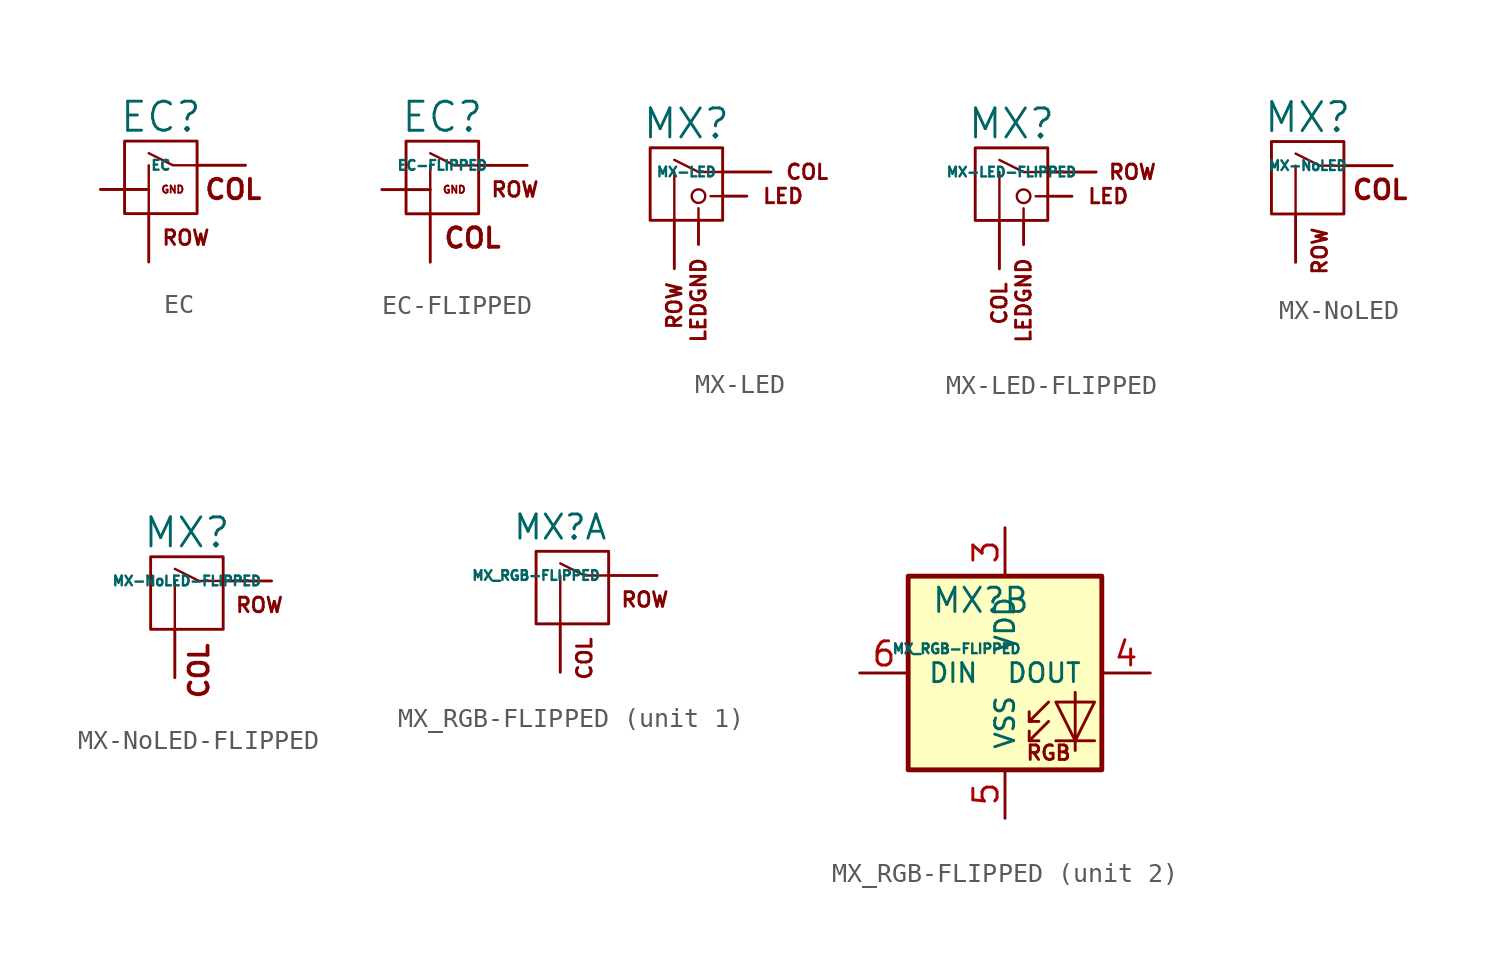
<source format=kicad_sym>
(kicad_symbol_lib
  (version 20211014)
  (generator kicad_symbol_editor)
  (symbol "EC"
    (pin_names
      (offset 1.016))
    (property "Reference" "EC"
      (at -0.635 3.81 0)
      (effects (font (size 1.524 1.524))))
    (property "Value" "EC"
      (at -0.635 1.27 0)
      (effects (font (size 0.508 0.508))))
    (symbol "EC_0_0"
      (rectangle (start -2.54 2.54) (end 1.27 -1.27) (stroke (width 0) (type default) (color 0 0 0 0)) (fill (type none)))
      (polyline (pts (xy -1.27 -1.27) (xy -1.27 1.27)) (stroke (width 0.127) (type default) (color 0 0 0 0)) (fill (type none)))
      (polyline (pts (xy 1.27 1.27) (xy 0 1.27) (xy -1.27 1.905)) (stroke (width 0.127) (type default) (color 0 0 0 0)) (fill (type none)))
      (text "COL" (at 3.175 0 0) (effects (font (size 1.016 1.016) bold)))
      (text "ROW" (at -0.635 -2.54 0) (effects (font (size 0.762 0.762)) (justify left))))
    (symbol "EC_1_1"
      (text "GND" (at 0.635 0 0) (effects (font (size 0.381 0.381)) (justify right)))
      (pin passive line (at 3.81 1.27 180) (length 2.54) (name "COL" (effects (font (size 0 0)))) (number "1" (effects (font (size 0 0)))))
      (pin passive line (at -1.27 -3.81 90) (length 2.54) (name "ROW" (effects (font (size 0 0)))) (number "2" (effects (font (size 0 0)))))
      (pin power_in line (at -3.81 0 0) (length 2.54) (name "GND" (effects (font (size 0 0)))) (number "3" (effects (font (size 0 0)))))))
  (symbol "EC-FLIPPED"
    (pin_names
      (offset 1.016))
    (property "Reference" "EC"
      (at -0.635 3.81 0)
      (effects (font (size 1.524 1.524))))
    (property "Value" "EC-FLIPPED"
      (at -0.635 1.27 0)
      (effects (font (size 0.508 0.508))))
    (symbol "EC-FLIPPED_0_0"
      (rectangle (start -2.54 2.54) (end 1.27 -1.27) (stroke (width 0) (type default) (color 0 0 0 0)) (fill (type none)))
      (polyline (pts (xy -1.27 -1.27) (xy -1.27 1.27)) (stroke (width 0.127) (type default) (color 0 0 0 0)) (fill (type none)))
      (polyline (pts (xy 1.27 1.27) (xy 0 1.27) (xy -1.27 1.905)) (stroke (width 0.127) (type default) (color 0 0 0 0)) (fill (type none)))
      (text "COL" (at -0.635 -2.54 0) (effects (font (size 1.016 1.016) bold) (justify left)))
      (text "ROW" (at 3.175 0 0) (effects (font (size 0.762 0.762)))))
    (symbol "EC-FLIPPED_1_1"
      (text "GND" (at 0.635 0 0) (effects (font (size 0.381 0.381)) (justify right)))
      (pin passive line (at -1.27 -3.81 90) (length 2.54) (name "COL" (effects (font (size 0 0)))) (number "1" (effects (font (size 0 0)))))
      (pin passive line (at 3.81 1.27 180) (length 2.54) (name "ROW" (effects (font (size 0 0)))) (number "2" (effects (font (size 0 0)))))
      (pin power_in line (at -3.81 0 0) (length 2.54) (name "GND" (effects (font (size 0 0)))) (number "3" (effects (font (size 0 0)))))))
  (symbol "MX-LED"
    (pin_names
      (offset 1.016))
    (property "Reference" "MX"
      (at -0.635 3.81 0)
      (effects (font (size 1.524 1.524))))
    (property "Value" "MX-LED"
      (at -0.635 1.27 0)
      (effects (font (size 0.508 0.508))))
    (symbol "MX-LED_0_0"
      (rectangle (start -2.54 2.54) (end 1.27 -1.27) (stroke (width 0) (type default) (color 0 0 0 0)) (fill (type none)))
      (polyline (pts (xy -1.27 -1.27) (xy -1.27 1.27)) (stroke (width 0.127) (type default) (color 0 0 0 0)) (fill (type none)))
      (polyline (pts (xy 0 -1.27) (xy 0 -0.635)) (stroke (width 0.127) (type default) (color 0 0 0 0)) (fill (type none)))
      (polyline (pts (xy 1.27 0) (xy 0.635 0)) (stroke (width 0.127) (type default) (color 0 0 0 0)) (fill (type none)))
      (polyline (pts (xy 1.27 1.27) (xy 0 1.27) (xy -1.27 1.905)) (stroke (width 0.127) (type default) (color 0 0 0 0)) (fill (type none)))
      (circle (center 0 0) (radius 0.356) (stroke (width 0.127) (type default) (color 0 0 0 0)) (fill (type none)))
      (text "COL" (at 5.715 1.27 0) (effects (font (size 0.762 0.762) bold)))
      (text "LED" (at 4.445 0 0) (effects (font (size 0.762 0.762))))
      (text "ROW" (at -1.27 -4.445 900) (effects (font (size 0.762 0.762)) (justify right))))
    (symbol "MX-LED_1_0"
      (text "LEDGND" (at 0 -3.175 900) (effects (font (size 0.762 0.762)) (justify right))))
    (symbol "MX-LED_1_1"
      (pin passive line (at 3.81 1.27 180) (length 2.54) (name "COL" (effects (font (size 0 0)))) (number "1" (effects (font (size 0 0)))))
      (pin passive line (at -1.27 -3.81 90) (length 2.54) (name "ROW" (effects (font (size 0 0)))) (number "2" (effects (font (size 0 0)))))
      (pin input line (at 2.54 0 180) (length 1.27) (name "LED" (effects (font (size 0 0)))) (number "3" (effects (font (size 0 0)))))
      (pin passive line (at 0 -2.54 90) (length 1.27) (name "LEDGND" (effects (font (size 0 0)))) (number "4" (effects (font (size 0 0)))))))
  (symbol "MX-LED-FLIPPED"
    (pin_names
      (offset 1.016))
    (property "Reference" "MX"
      (at -0.635 3.81 0)
      (effects (font (size 1.524 1.524))))
    (property "Value" "MX-LED-FLIPPED"
      (at -0.635 1.27 0)
      (effects (font (size 0.508 0.508))))
    (symbol "MX-LED-FLIPPED_0_0"
      (rectangle (start -2.54 2.54) (end 1.27 -1.27) (stroke (width 0) (type default) (color 0 0 0 0)) (fill (type none)))
      (polyline (pts (xy -1.27 -1.27) (xy -1.27 1.27)) (stroke (width 0.127) (type default) (color 0 0 0 0)) (fill (type none)))
      (polyline (pts (xy 0 -1.27) (xy 0 -0.635)) (stroke (width 0.127) (type default) (color 0 0 0 0)) (fill (type none)))
      (polyline (pts (xy 1.27 0) (xy 0.635 0)) (stroke (width 0.127) (type default) (color 0 0 0 0)) (fill (type none)))
      (polyline (pts (xy 1.27 1.27) (xy 0 1.27) (xy -1.27 1.905)) (stroke (width 0.127) (type default) (color 0 0 0 0)) (fill (type none)))
      (circle (center 0 0) (radius 0.356) (stroke (width 0.127) (type default) (color 0 0 0 0)) (fill (type none)))
      (text "COL" (at -1.27 -4.445 900) (effects (font (size 0.762 0.762) bold) (justify right)))
      (text "LED" (at 4.445 0 0) (effects (font (size 0.762 0.762))))
      (text "ROW" (at 5.715 1.27 0) (effects (font (size 0.762 0.762)))))
    (symbol "MX-LED-FLIPPED_1_0"
      (text "LEDGND" (at 0 -3.175 900) (effects (font (size 0.762 0.762)) (justify right))))
    (symbol "MX-LED-FLIPPED_1_1"
      (pin passive line (at -1.27 -3.81 90) (length 2.54) (name "COL" (effects (font (size 0 0)))) (number "1" (effects (font (size 0 0)))))
      (pin passive line (at 3.81 1.27 180) (length 2.54) (name "ROW" (effects (font (size 0 0)))) (number "2" (effects (font (size 0 0)))))
      (pin input line (at 2.54 0 180) (length 1.27) (name "LED" (effects (font (size 0 0)))) (number "3" (effects (font (size 0 0)))))
      (pin passive line (at 0 -2.54 90) (length 1.27) (name "LEDGND" (effects (font (size 0 0)))) (number "4" (effects (font (size 0 0)))))))
  (symbol "MX-NoLED"
    (pin_names
      (offset 1.016))
    (property "Reference" "MX"
      (at -0.635 3.81 0)
      (effects (font (size 1.524 1.524))))
    (property "Value" "MX-NoLED"
      (at -0.635 1.27 0)
      (effects (font (size 0.508 0.508))))
    (symbol "MX-NoLED_0_0"
      (rectangle (start -2.54 2.54) (end 1.27 -1.27) (stroke (width 0) (type default) (color 0 0 0 0)) (fill (type none)))
      (polyline (pts (xy -1.27 -1.27) (xy -1.27 1.27)) (stroke (width 0.127) (type default) (color 0 0 0 0)) (fill (type none)))
      (polyline (pts (xy 1.27 1.27) (xy 0 1.27) (xy -1.27 1.905)) (stroke (width 0.127) (type default) (color 0 0 0 0)) (fill (type none)))
      (text "COL" (at 3.175 0 0) (effects (font (size 0.991 0.991) bold)))
      (text "ROW" (at 0 -1.905 900) (effects (font (size 0.762 0.762)) (justify right))))
    (symbol "MX-NoLED_1_1"
      (pin passive line (at 3.81 1.27 180) (length 2.54) (name "COL" (effects (font (size 0 0)))) (number "1" (effects (font (size 0 0)))))
      (pin passive line (at -1.27 -3.81 90) (length 2.54) (name "ROW" (effects (font (size 0 0)))) (number "2" (effects (font (size 0 0)))))))
  (symbol "MX-NoLED-FLIPPED"
    (pin_names
      (offset 1.016))
    (property "Reference" "MX"
      (at -0.635 3.81 0)
      (effects (font (size 1.524 1.524))))
    (property "Value" "MX-NoLED-FLIPPED"
      (at -0.635 1.27 0)
      (effects (font (size 0.508 0.508))))
    (symbol "MX-NoLED-FLIPPED_0_0"
      (rectangle (start -2.54 2.54) (end 1.27 -1.27) (stroke (width 0) (type default) (color 0 0 0 0)) (fill (type none)))
      (polyline (pts (xy -1.27 -1.27) (xy -1.27 1.27)) (stroke (width 0.127) (type default) (color 0 0 0 0)) (fill (type none)))
      (polyline (pts (xy 1.27 1.27) (xy 0 1.27) (xy -1.27 1.905)) (stroke (width 0.127) (type default) (color 0 0 0 0)) (fill (type none)))
      (text "COL" (at 0 -1.905 900) (effects (font (size 0.991 0.991) bold) (justify right)))
      (text "ROW" (at 3.175 0 0) (effects (font (size 0.762 0.762)))))
    (symbol "MX-NoLED-FLIPPED_1_1"
      (pin passive line (at -1.27 -3.81 90) (length 2.54) (name "COL" (effects (font (size 0 0)))) (number "1" (effects (font (size 0 0)))))
      (pin passive line (at 3.81 1.27 180) (length 2.54) (name "ROW" (effects (font (size 0 0)))) (number "2" (effects (font (size 0 0)))))))
  (symbol "MX_RGB-FLIPPED"
    (pin_names
      (offset 1.016))
    (property "Reference" "MX"
      (at -1.27 3.81 0)
      (effects (font (size 1.27 1.27))))
    (property "Value" "MX_RGB-FLIPPED"
      (at -2.54 1.27 0)
      (effects (font (size 0.508 0.508))))
    (property "ki_locked" ""
      (at 0 0 0)
      (effects (font (size 1.27 1.27))))
    (symbol "MX_RGB-FLIPPED_1_1"
      (rectangle (start -2.54 2.54) (end 1.27 -1.27) (stroke (width 0) (type default) (color 0 0 0 0)) (fill (type none)))
      (polyline (pts (xy -1.27 -1.27) (xy -1.27 1.27)) (stroke (width 0.127) (type default) (color 0 0 0 0)) (fill (type none)))
      (polyline (pts (xy 1.27 1.27) (xy 0 1.27) (xy -1.27 1.905)) (stroke (width 0.127) (type default) (color 0 0 0 0)) (fill (type none)))
      (text "COL" (at 0 -1.905 900) (effects (font (size 0.762 0.762) bold) (justify right)))
      (text "ROW" (at 3.175 0 0) (effects (font (size 0.762 0.762))))
      (pin passive line (at 3.81 1.27 180) (length 2.54) (name "COL" (effects (font (size 0 0)))) (number "1" (effects (font (size 0 0)))))
      (pin passive line (at -1.27 -3.81 90) (length 2.54) (name "ROW" (effects (font (size 0 0)))) (number "2" (effects (font (size 0 0))))))
    (symbol "MX_RGB-FLIPPED_2_1"
      (polyline (pts (xy 1.27 -3.556) (xy 1.778 -3.556)) (stroke (width 0) (type default) (color 0 0 0 0)) (fill (type none)))
      (polyline (pts (xy 1.27 -2.54) (xy 1.778 -2.54)) (stroke (width 0) (type default) (color 0 0 0 0)) (fill (type none)))
      (polyline (pts (xy 4.699 -3.556) (xy 2.667 -3.556)) (stroke (width 0) (type default) (color 0 0 0 0)) (fill (type none)))
      (polyline (pts (xy 2.286 -2.54) (xy 1.27 -3.556) (xy 1.27 -3.048)) (stroke (width 0) (type default) (color 0 0 0 0)) (fill (type none)))
      (polyline (pts (xy 2.286 -1.524) (xy 1.27 -2.54) (xy 1.27 -2.032)) (stroke (width 0) (type default) (color 0 0 0 0)) (fill (type none)))
      (polyline (pts (xy 3.683 -1.016) (xy 3.683 -3.556) (xy 3.683 -4.064)) (stroke (width 0) (type default) (color 0 0 0 0)) (fill (type none)))
      (polyline (pts (xy 4.699 -1.524) (xy 2.667 -1.524) (xy 3.683 -3.556) (xy 4.699 -1.524)) (stroke (width 0) (type default) (color 0 0 0 0)) (fill (type none)))
      (rectangle (start 5.08 5.08) (end -5.08 -5.08) (stroke (width 0.254) (type default) (color 0 0 0 0)) (fill (type background)))
      (text "RGB" (at 2.286 -4.191 0) (effects (font (size 0.762 0.762))))
      (pin power_in line (at 0 7.62 270) (length 2.54) (name "VDD" (effects (font (size 0.991 0.991)))) (number "3" (effects (font (size 1.27 1.27)))))
      (pin output line (at 7.62 0 180) (length 2.54) (name "DOUT" (effects (font (size 0.991 0.991)))) (number "4" (effects (font (size 1.27 1.27)))))
      (pin power_in line (at 0 -7.62 90) (length 2.54) (name "VSS" (effects (font (size 0.991 0.991)))) (number "5" (effects (font (size 1.27 1.27)))))
      (pin input line (at -7.62 0 0) (length 2.54) (name "DIN" (effects (font (size 0.991 0.991)))) (number "6" (effects (font (size 1.27 1.27))))))))
</source>
